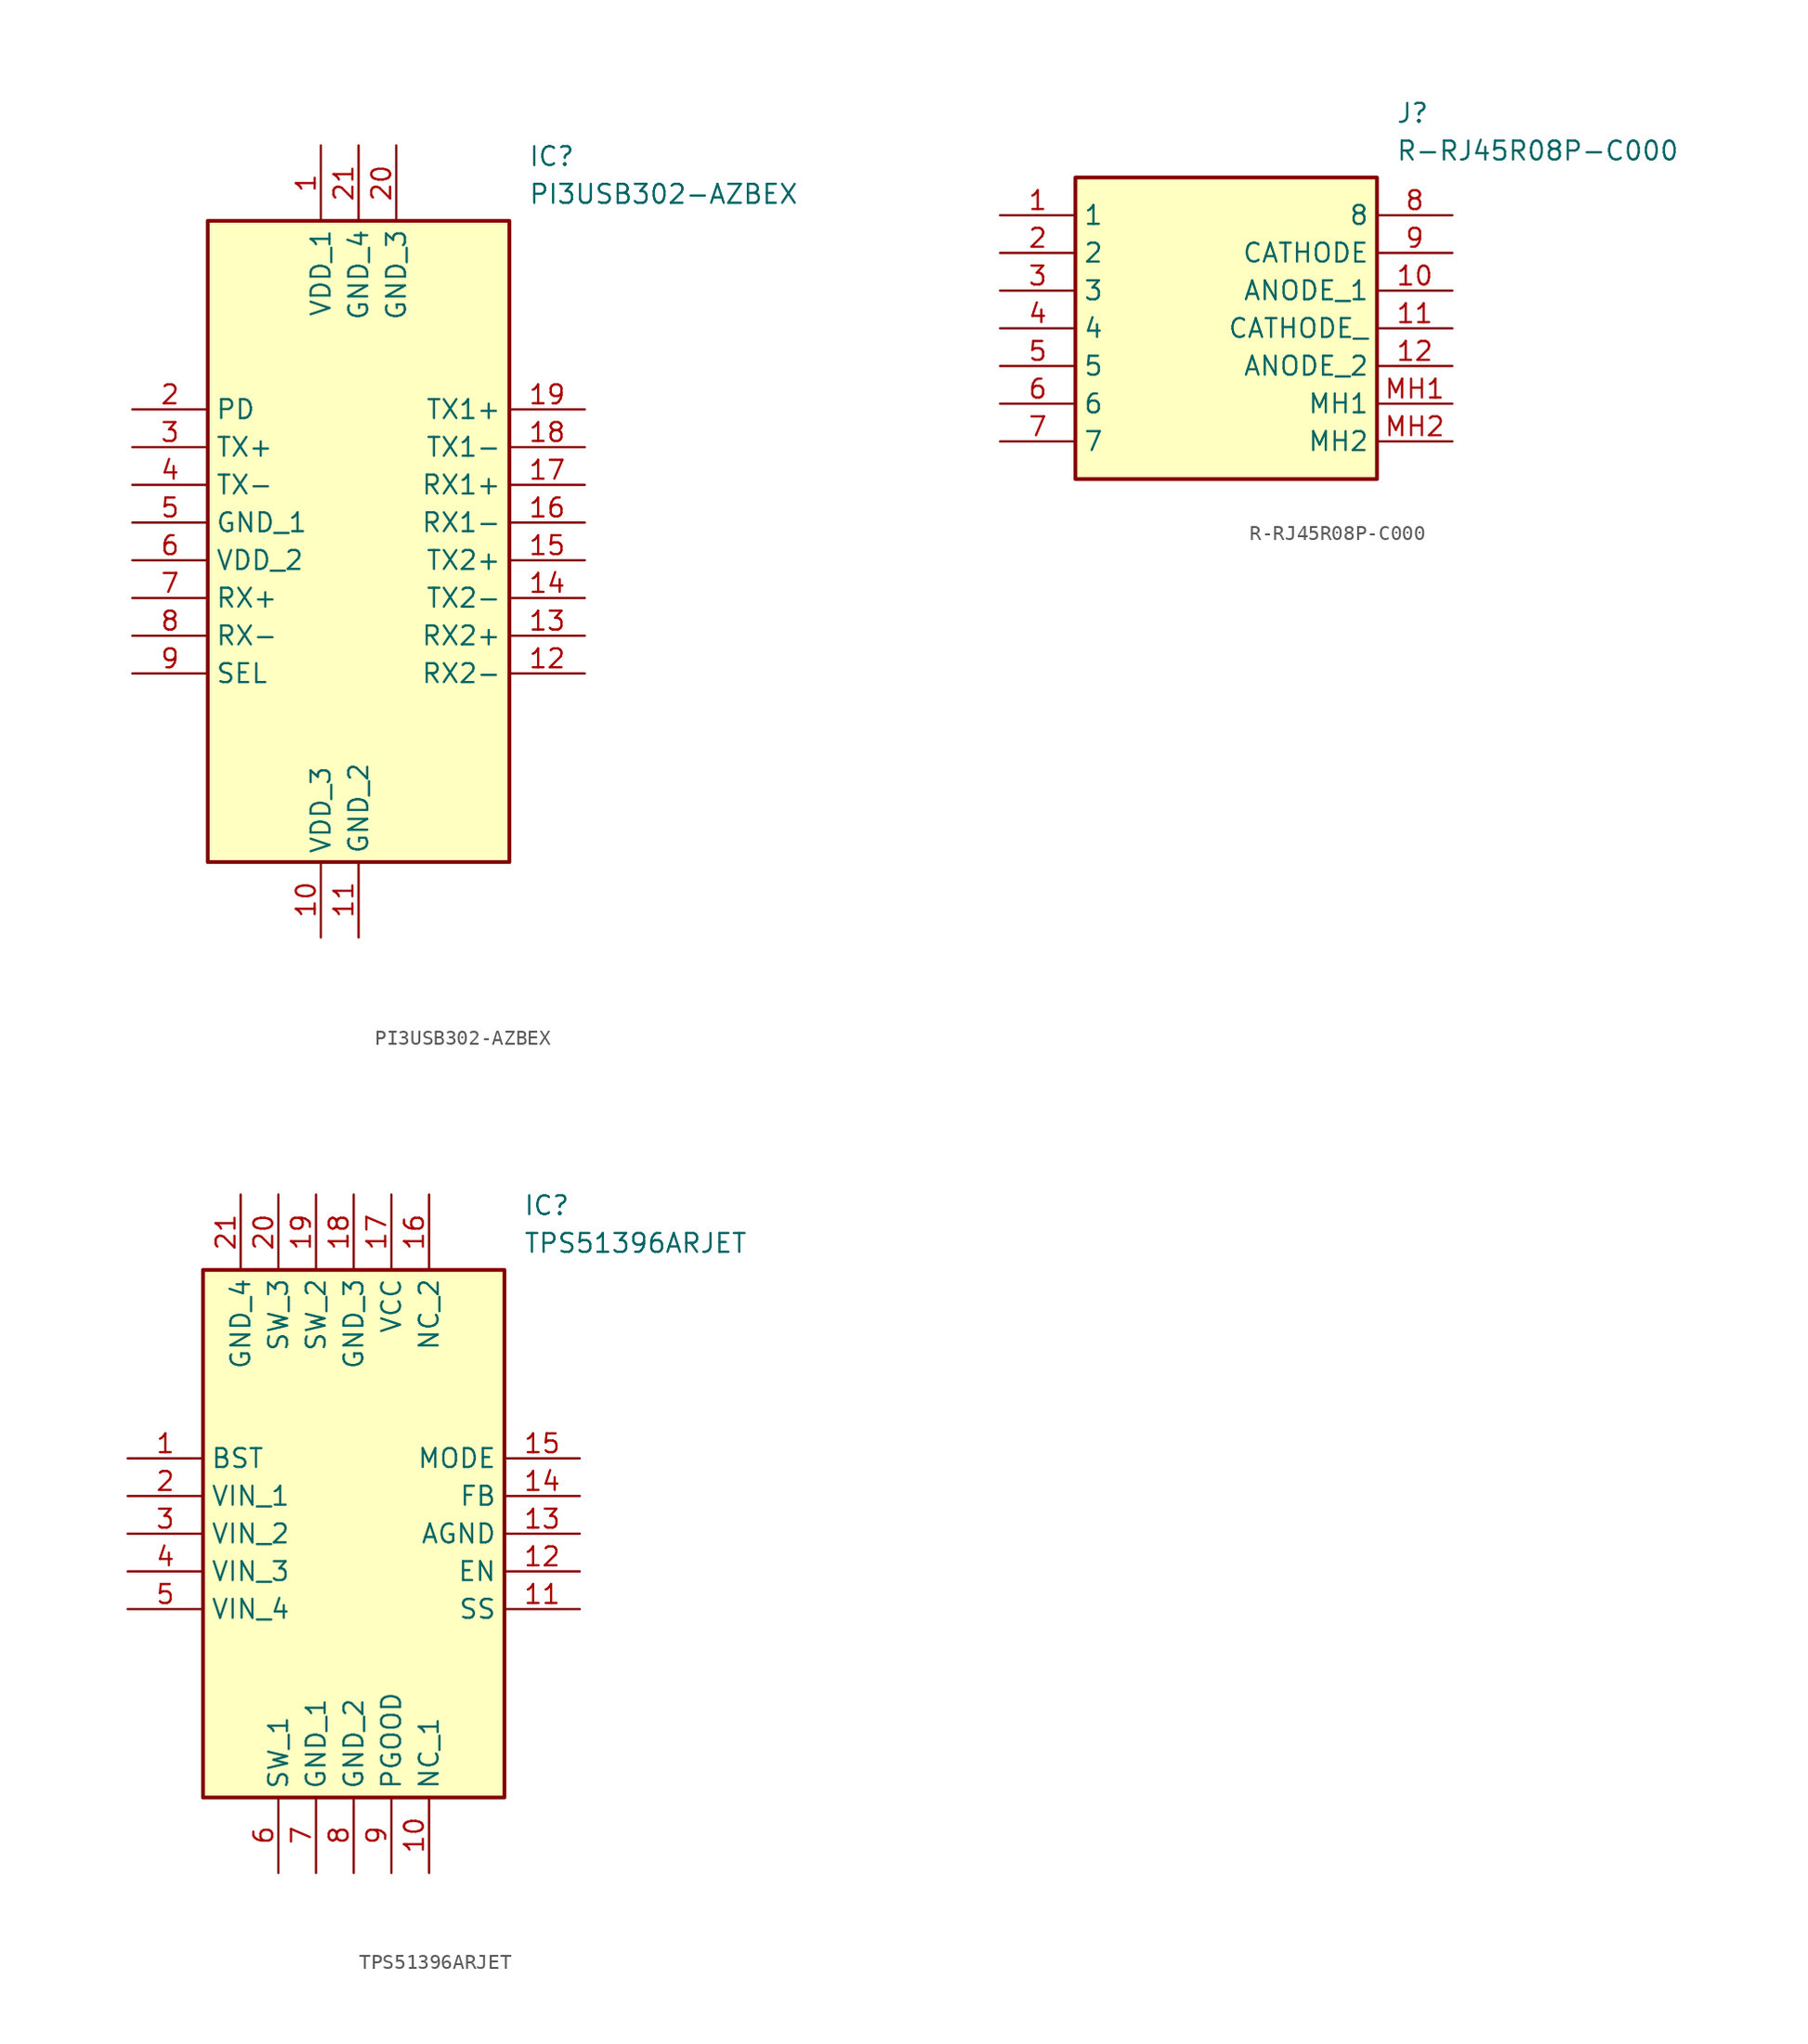
<source format=kicad_sym>
(kicad_symbol_lib
  (version 20220914)
  (generator kicad_symbol_editor)
  (symbol "PI3USB302-AZBEX"
    (property "Reference" "IC"
      (at 26.67 17.78 0)
      (effects (font (size 1.27 1.27)) (justify left top)))
    (property "Value" "PI3USB302-AZBEX"
      (at 26.67 15.24 0)
      (effects (font (size 1.27 1.27)) (justify left top)))
    (symbol "PI3USB302-AZBEX_1_1"
      (rectangle (start 5.08 12.7) (end 25.4 -30.48) (stroke (width 0.254) (type default)) (fill (type background)))
      (pin passive line (at 12.7 17.78 270) (length 5.08) (name "VDD_1" (effects (font (size 1.27 1.27)))) (number "1" (effects (font (size 1.27 1.27)))))
      (pin passive line (at 12.7 -35.56 90) (length 5.08) (name "VDD_3" (effects (font (size 1.27 1.27)))) (number "10" (effects (font (size 1.27 1.27)))))
      (pin passive line (at 15.24 -35.56 90) (length 5.08) (name "GND_2" (effects (font (size 1.27 1.27)))) (number "11" (effects (font (size 1.27 1.27)))))
      (pin passive line (at 30.48 -17.78 180) (length 5.08) (name "RX2-" (effects (font (size 1.27 1.27)))) (number "12" (effects (font (size 1.27 1.27)))))
      (pin passive line (at 30.48 -15.24 180) (length 5.08) (name "RX2+" (effects (font (size 1.27 1.27)))) (number "13" (effects (font (size 1.27 1.27)))))
      (pin passive line (at 30.48 -12.7 180) (length 5.08) (name "TX2-" (effects (font (size 1.27 1.27)))) (number "14" (effects (font (size 1.27 1.27)))))
      (pin passive line (at 30.48 -10.16 180) (length 5.08) (name "TX2+" (effects (font (size 1.27 1.27)))) (number "15" (effects (font (size 1.27 1.27)))))
      (pin passive line (at 30.48 -7.62 180) (length 5.08) (name "RX1-" (effects (font (size 1.27 1.27)))) (number "16" (effects (font (size 1.27 1.27)))))
      (pin passive line (at 30.48 -5.08 180) (length 5.08) (name "RX1+" (effects (font (size 1.27 1.27)))) (number "17" (effects (font (size 1.27 1.27)))))
      (pin passive line (at 30.48 -2.54 180) (length 5.08) (name "TX1-" (effects (font (size 1.27 1.27)))) (number "18" (effects (font (size 1.27 1.27)))))
      (pin passive line (at 30.48 0 180) (length 5.08) (name "TX1+" (effects (font (size 1.27 1.27)))) (number "19" (effects (font (size 1.27 1.27)))))
      (pin passive line (at 0 0 0) (length 5.08) (name "PD" (effects (font (size 1.27 1.27)))) (number "2" (effects (font (size 1.27 1.27)))))
      (pin passive line (at 17.78 17.78 270) (length 5.08) (name "GND_3" (effects (font (size 1.27 1.27)))) (number "20" (effects (font (size 1.27 1.27)))))
      (pin passive line (at 15.24 17.78 270) (length 5.08) (name "GND_4" (effects (font (size 1.27 1.27)))) (number "21" (effects (font (size 1.27 1.27)))))
      (pin passive line (at 0 -2.54 0) (length 5.08) (name "TX+" (effects (font (size 1.27 1.27)))) (number "3" (effects (font (size 1.27 1.27)))))
      (pin passive line (at 0 -5.08 0) (length 5.08) (name "TX-" (effects (font (size 1.27 1.27)))) (number "4" (effects (font (size 1.27 1.27)))))
      (pin passive line (at 0 -7.62 0) (length 5.08) (name "GND_1" (effects (font (size 1.27 1.27)))) (number "5" (effects (font (size 1.27 1.27)))))
      (pin passive line (at 0 -10.16 0) (length 5.08) (name "VDD_2" (effects (font (size 1.27 1.27)))) (number "6" (effects (font (size 1.27 1.27)))))
      (pin passive line (at 0 -12.7 0) (length 5.08) (name "RX+" (effects (font (size 1.27 1.27)))) (number "7" (effects (font (size 1.27 1.27)))))
      (pin passive line (at 0 -15.24 0) (length 5.08) (name "RX-" (effects (font (size 1.27 1.27)))) (number "8" (effects (font (size 1.27 1.27)))))
      (pin passive line (at 0 -17.78 0) (length 5.08) (name "SEL" (effects (font (size 1.27 1.27)))) (number "9" (effects (font (size 1.27 1.27)))))))
  (symbol "R-RJ45R08P-C000"
    (property "Reference" "J"
      (at 26.67 7.62 0)
      (effects (font (size 1.27 1.27)) (justify left top)))
    (property "Value" "R-RJ45R08P-C000"
      (at 26.67 5.08 0)
      (effects (font (size 1.27 1.27)) (justify left top)))
    (symbol "R-RJ45R08P-C000_1_1"
      (rectangle (start 5.08 2.54) (end 25.4 -17.78) (stroke (width 0.254) (type default)) (fill (type background)))
      (pin passive line (at 0 0 0) (length 5.08) (name "1" (effects (font (size 1.27 1.27)))) (number "1" (effects (font (size 1.27 1.27)))))
      (pin passive line (at 30.48 -5.08 180) (length 5.08) (name "ANODE_1" (effects (font (size 1.27 1.27)))) (number "10" (effects (font (size 1.27 1.27)))))
      (pin passive line (at 30.48 -7.62 180) (length 5.08) (name "CATHODE_" (effects (font (size 1.27 1.27)))) (number "11" (effects (font (size 1.27 1.27)))))
      (pin passive line (at 30.48 -10.16 180) (length 5.08) (name "ANODE_2" (effects (font (size 1.27 1.27)))) (number "12" (effects (font (size 1.27 1.27)))))
      (pin passive line (at 0 -2.54 0) (length 5.08) (name "2" (effects (font (size 1.27 1.27)))) (number "2" (effects (font (size 1.27 1.27)))))
      (pin passive line (at 0 -5.08 0) (length 5.08) (name "3" (effects (font (size 1.27 1.27)))) (number "3" (effects (font (size 1.27 1.27)))))
      (pin passive line (at 0 -7.62 0) (length 5.08) (name "4" (effects (font (size 1.27 1.27)))) (number "4" (effects (font (size 1.27 1.27)))))
      (pin passive line (at 0 -10.16 0) (length 5.08) (name "5" (effects (font (size 1.27 1.27)))) (number "5" (effects (font (size 1.27 1.27)))))
      (pin passive line (at 0 -12.7 0) (length 5.08) (name "6" (effects (font (size 1.27 1.27)))) (number "6" (effects (font (size 1.27 1.27)))))
      (pin passive line (at 0 -15.24 0) (length 5.08) (name "7" (effects (font (size 1.27 1.27)))) (number "7" (effects (font (size 1.27 1.27)))))
      (pin passive line (at 30.48 0 180) (length 5.08) (name "8" (effects (font (size 1.27 1.27)))) (number "8" (effects (font (size 1.27 1.27)))))
      (pin passive line (at 30.48 -2.54 180) (length 5.08) (name "CATHODE" (effects (font (size 1.27 1.27)))) (number "9" (effects (font (size 1.27 1.27)))))
      (pin passive line (at 30.48 -12.7 180) (length 5.08) (name "MH1" (effects (font (size 1.27 1.27)))) (number "MH1" (effects (font (size 1.27 1.27)))))
      (pin passive line (at 30.48 -15.24 180) (length 5.08) (name "MH2" (effects (font (size 1.27 1.27)))) (number "MH2" (effects (font (size 1.27 1.27)))))))
  (symbol "TPS51396ARJET"
    (property "Reference" "IC"
      (at 26.67 17.78 0)
      (effects (font (size 1.27 1.27)) (justify left top)))
    (property "Value" "TPS51396ARJET"
      (at 26.67 15.24 0)
      (effects (font (size 1.27 1.27)) (justify left top)))
    (symbol "TPS51396ARJET_1_1"
      (rectangle (start 5.08 12.7) (end 25.4 -22.86) (stroke (width 0.254) (type default)) (fill (type background)))
      (pin passive line (at 0 0 0) (length 5.08) (name "BST" (effects (font (size 1.27 1.27)))) (number "1" (effects (font (size 1.27 1.27)))))
      (pin passive line (at 20.32 -27.94 90) (length 5.08) (name "NC_1" (effects (font (size 1.27 1.27)))) (number "10" (effects (font (size 1.27 1.27)))))
      (pin passive line (at 30.48 -10.16 180) (length 5.08) (name "SS" (effects (font (size 1.27 1.27)))) (number "11" (effects (font (size 1.27 1.27)))))
      (pin passive line (at 30.48 -7.62 180) (length 5.08) (name "EN" (effects (font (size 1.27 1.27)))) (number "12" (effects (font (size 1.27 1.27)))))
      (pin passive line (at 30.48 -5.08 180) (length 5.08) (name "AGND" (effects (font (size 1.27 1.27)))) (number "13" (effects (font (size 1.27 1.27)))))
      (pin passive line (at 30.48 -2.54 180) (length 5.08) (name "FB" (effects (font (size 1.27 1.27)))) (number "14" (effects (font (size 1.27 1.27)))))
      (pin passive line (at 30.48 0 180) (length 5.08) (name "MODE" (effects (font (size 1.27 1.27)))) (number "15" (effects (font (size 1.27 1.27)))))
      (pin passive line (at 20.32 17.78 270) (length 5.08) (name "NC_2" (effects (font (size 1.27 1.27)))) (number "16" (effects (font (size 1.27 1.27)))))
      (pin passive line (at 17.78 17.78 270) (length 5.08) (name "VCC" (effects (font (size 1.27 1.27)))) (number "17" (effects (font (size 1.27 1.27)))))
      (pin passive line (at 15.24 17.78 270) (length 5.08) (name "GND_3" (effects (font (size 1.27 1.27)))) (number "18" (effects (font (size 1.27 1.27)))))
      (pin passive line (at 12.7 17.78 270) (length 5.08) (name "SW_2" (effects (font (size 1.27 1.27)))) (number "19" (effects (font (size 1.27 1.27)))))
      (pin passive line (at 0 -2.54 0) (length 5.08) (name "VIN_1" (effects (font (size 1.27 1.27)))) (number "2" (effects (font (size 1.27 1.27)))))
      (pin passive line (at 10.16 17.78 270) (length 5.08) (name "SW_3" (effects (font (size 1.27 1.27)))) (number "20" (effects (font (size 1.27 1.27)))))
      (pin passive line (at 7.62 17.78 270) (length 5.08) (name "GND_4" (effects (font (size 1.27 1.27)))) (number "21" (effects (font (size 1.27 1.27)))))
      (pin passive line (at 0 -5.08 0) (length 5.08) (name "VIN_2" (effects (font (size 1.27 1.27)))) (number "3" (effects (font (size 1.27 1.27)))))
      (pin passive line (at 0 -7.62 0) (length 5.08) (name "VIN_3" (effects (font (size 1.27 1.27)))) (number "4" (effects (font (size 1.27 1.27)))))
      (pin passive line (at 0 -10.16 0) (length 5.08) (name "VIN_4" (effects (font (size 1.27 1.27)))) (number "5" (effects (font (size 1.27 1.27)))))
      (pin passive line (at 10.16 -27.94 90) (length 5.08) (name "SW_1" (effects (font (size 1.27 1.27)))) (number "6" (effects (font (size 1.27 1.27)))))
      (pin passive line (at 12.7 -27.94 90) (length 5.08) (name "GND_1" (effects (font (size 1.27 1.27)))) (number "7" (effects (font (size 1.27 1.27)))))
      (pin passive line (at 15.24 -27.94 90) (length 5.08) (name "GND_2" (effects (font (size 1.27 1.27)))) (number "8" (effects (font (size 1.27 1.27)))))
      (pin passive line (at 17.78 -27.94 90) (length 5.08) (name "PGOOD" (effects (font (size 1.27 1.27)))) (number "9" (effects (font (size 1.27 1.27))))))))
</source>
